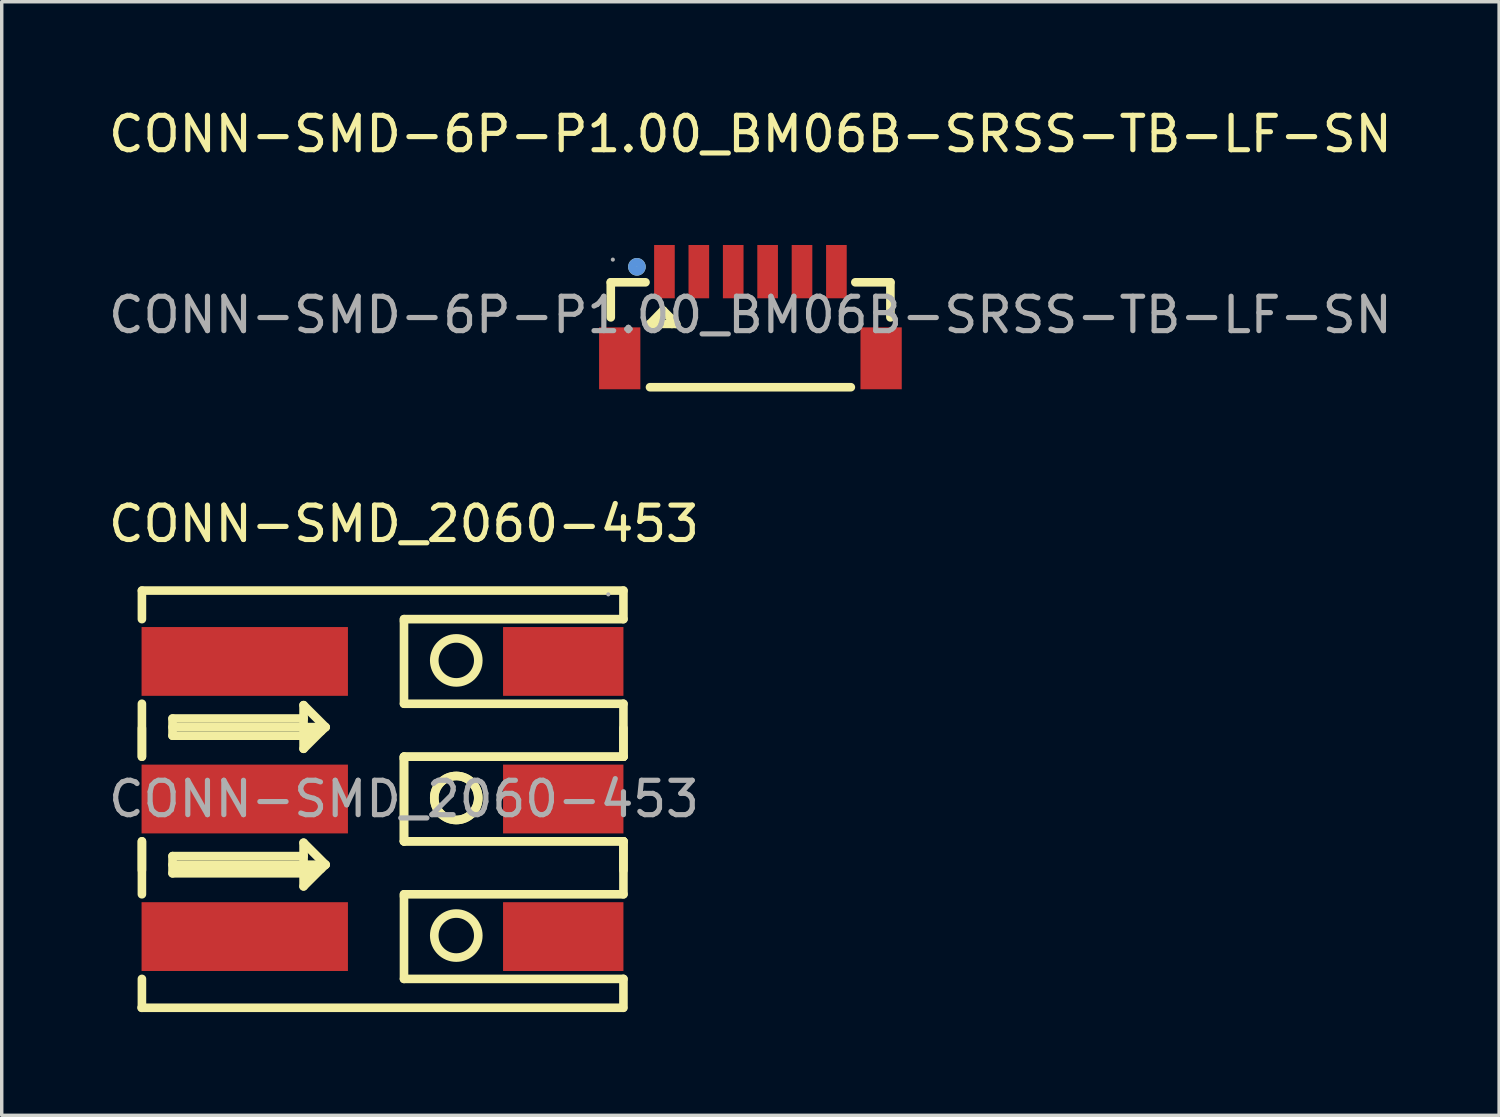
<source format=kicad_pcb>
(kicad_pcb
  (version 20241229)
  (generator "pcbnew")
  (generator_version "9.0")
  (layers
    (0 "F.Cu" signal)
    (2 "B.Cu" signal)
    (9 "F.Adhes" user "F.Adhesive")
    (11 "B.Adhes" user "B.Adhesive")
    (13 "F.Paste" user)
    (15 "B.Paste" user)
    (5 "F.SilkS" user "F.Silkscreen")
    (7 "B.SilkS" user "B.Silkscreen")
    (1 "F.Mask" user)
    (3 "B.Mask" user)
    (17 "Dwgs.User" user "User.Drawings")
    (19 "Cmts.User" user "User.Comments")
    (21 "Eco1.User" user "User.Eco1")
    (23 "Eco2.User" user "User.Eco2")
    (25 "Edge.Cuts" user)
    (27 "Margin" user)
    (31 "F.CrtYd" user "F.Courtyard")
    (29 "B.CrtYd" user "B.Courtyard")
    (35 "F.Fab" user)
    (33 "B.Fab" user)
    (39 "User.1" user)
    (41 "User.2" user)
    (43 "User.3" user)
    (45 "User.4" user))
  (footprint "CONN-SMD_2060-453"
    (layer "F.Cu")
    (at 8.696 20.181)
    (property "Reference" "CONN-SMD_2060-453" (at 0 -8 0) (layer "F.SilkS") (effects (font (size 1 1) (thickness 0.15))))
    (attr smd)
    (fp_line (start -7.63 6.07) (end 6.37 6.07) (stroke (width 0.25) (type solid)) (layer "F.SilkS"))
    (fp_line (start -7.62 -6.06) (end -7.62 -5.23) (stroke (width 0.25) (type solid)) (layer "F.SilkS"))
    (fp_line (start -7.62 -6.06) (end 6.38 -6.06) (stroke (width 0.25) (type solid)) (layer "F.SilkS"))
    (fp_line (start -7.62 -2.77) (end -7.62 -1.23) (stroke (width 0.25) (type solid)) (layer "F.SilkS"))
    (fp_line (start -7.62 -2.06) (end -7.62 -1.23) (stroke (width 0.25) (type solid)) (layer "F.SilkS"))
    (fp_line (start -7.62 1.23) (end -7.62 2.07) (stroke (width 0.25) (type solid)) (layer "F.SilkS"))
    (fp_line (start -7.62 1.23) (end -7.62 2.77) (stroke (width 0.25) (type solid)) (layer "F.SilkS"))
    (fp_line (start -7.62 5.23) (end -7.62 6.07) (stroke (width 0.25) (type solid)) (layer "F.SilkS"))
    (fp_line (start -6.73 -2.34) (end -6.73 -1.84) (stroke (width 0.25) (type solid)) (layer "F.SilkS"))
    (fp_line (start -6.73 -1.84) (end -2.79 -1.84) (stroke (width 0.25) (type solid)) (layer "F.SilkS"))
    (fp_line (start -6.73 1.66) (end -6.73 2.16) (stroke (width 0.25) (type solid)) (layer "F.SilkS"))
    (fp_line (start -6.73 2.16) (end -2.79 2.16) (stroke (width 0.25) (type solid)) (layer "F.SilkS"))
    (fp_line (start -2.92 -2.73) (end -2.92 -1.46) (stroke (width 0.25) (type solid)) (layer "F.SilkS"))
    (fp_line (start -2.92 -2.34) (end -6.73 -2.34) (stroke (width 0.25) (type solid)) (layer "F.SilkS"))
    (fp_line (start -2.92 -1.46) (end -2.41 -1.97) (stroke (width 0.25) (type solid)) (layer "F.SilkS"))
    (fp_line (start -2.92 1.27) (end -2.92 2.54) (stroke (width 0.25) (type solid)) (layer "F.SilkS"))
    (fp_line (start -2.92 1.66) (end -6.73 1.66) (stroke (width 0.25) (type solid)) (layer "F.SilkS"))
    (fp_line (start -2.92 2.54) (end -2.41 2.03) (stroke (width 0.25) (type solid)) (layer "F.SilkS"))
    (fp_line (start -2.79 -1.84) (end -2.66 -1.97) (stroke (width 0.25) (type solid)) (layer "F.SilkS"))
    (fp_line (start -2.79 2.16) (end -2.66 2.03) (stroke (width 0.25) (type solid)) (layer "F.SilkS"))
    (fp_line (start -2.41 -1.97) (end -2.28 -2.09) (stroke (width 0.25) (type solid)) (layer "F.SilkS"))
    (fp_line (start -2.41 2.03) (end -2.28 1.91) (stroke (width 0.25) (type solid)) (layer "F.SilkS"))
    (fp_line (start -2.28 -2.09) (end -6.73 -2.09) (stroke (width 0.25) (type solid)) (layer "F.SilkS"))
    (fp_line (start -2.28 -2.09) (end -2.92 -2.73) (stroke (width 0.25) (type solid)) (layer "F.SilkS"))
    (fp_line (start -2.28 1.91) (end -6.73 1.91) (stroke (width 0.25) (type solid)) (layer "F.SilkS"))
    (fp_line (start -2.28 1.91) (end -2.92 1.27) (stroke (width 0.25) (type solid)) (layer "F.SilkS"))
    (fp_line (start 0 -5.17) (end 0 -5.23) (stroke (width 0.25) (type solid)) (layer "F.SilkS"))
    (fp_line (start 0 -2.77) (end 0 -5.17) (stroke (width 0.25) (type solid)) (layer "F.SilkS"))
    (fp_line (start 0 -1.17) (end 0 -1.23) (stroke (width 0.25) (type solid)) (layer "F.SilkS"))
    (fp_line (start 0 -1.17) (end 0 -1.23) (stroke (width 0.25) (type solid)) (layer "F.SilkS"))
    (fp_line (start 0 1.23) (end 0 -1.17) (stroke (width 0.25) (type solid)) (layer "F.SilkS"))
    (fp_line (start 0 1.23) (end 0 -1.17) (stroke (width 0.25) (type solid)) (layer "F.SilkS"))
    (fp_line (start 0 2.83) (end 0 2.77) (stroke (width 0.25) (type solid)) (layer "F.SilkS"))
    (fp_line (start 0 5.23) (end 0 2.83) (stroke (width 0.25) (type solid)) (layer "F.SilkS"))
    (fp_line (start 6.38 -6.06) (end 6.38 -5.23) (stroke (width 0.25) (type solid)) (layer "F.SilkS"))
    (fp_line (start 6.38 -5.23) (end 0 -5.23) (stroke (width 0.25) (type solid)) (layer "F.SilkS"))
    (fp_line (start 6.38 -2.77) (end 0 -2.77) (stroke (width 0.25) (type solid)) (layer "F.SilkS"))
    (fp_line (start 6.38 -2.77) (end 6.38 -1.23) (stroke (width 0.25) (type solid)) (layer "F.SilkS"))
    (fp_line (start 6.38 -2.06) (end 6.38 -1.23) (stroke (width 0.25) (type solid)) (layer "F.SilkS"))
    (fp_line (start 6.38 -1.23) (end 0 -1.23) (stroke (width 0.25) (type solid)) (layer "F.SilkS"))
    (fp_line (start 6.38 -1.23) (end 0 -1.23) (stroke (width 0.25) (type solid)) (layer "F.SilkS"))
    (fp_line (start 6.38 1.23) (end 0 1.23) (stroke (width 0.25) (type solid)) (layer "F.SilkS"))
    (fp_line (start 6.38 1.23) (end 0 1.23) (stroke (width 0.25) (type solid)) (layer "F.SilkS"))
    (fp_line (start 6.38 1.23) (end 6.38 2.07) (stroke (width 0.25) (type solid)) (layer "F.SilkS"))
    (fp_line (start 6.38 1.23) (end 6.38 2.77) (stroke (width 0.25) (type solid)) (layer "F.SilkS"))
    (fp_line (start 6.38 2.77) (end 0 2.77) (stroke (width 0.25) (type solid)) (layer "F.SilkS"))
    (fp_line (start 6.38 5.23) (end 0 5.23) (stroke (width 0.25) (type solid)) (layer "F.SilkS"))
    (fp_line (start 6.38 5.23) (end 6.38 6.07) (stroke (width 0.25) (type solid)) (layer "F.SilkS"))
    (fp_circle (center 1.52 -4.03) (end 2.16 -4.03) (stroke (width 0.25) (type solid)) (fill no) (layer "F.SilkS"))
    (fp_circle (center 1.52 -0.03) (end 2.16 -0.03) (stroke (width 0.25) (type solid)) (fill no) (layer "F.SilkS"))
    (fp_circle (center 1.52 -0.03) (end 2.16 -0.03) (stroke (width 0.25) (type solid)) (fill no) (layer "F.SilkS"))
    (fp_circle (center 1.52 3.97) (end 2.16 3.97) (stroke (width 0.25) (type solid)) (fill no) (layer "F.SilkS"))
    (fp_circle (center 5.94 -5.95) (end 5.97 -5.95) (stroke (width 0.06) (type solid)) (fill no) (layer "F.Fab"))
    (fp_text user "${REFERENCE}" (at 0 0 0) (layer "F.Fab") (effects (font (size 1 1) (thickness 0.15))))
    (pad "1" smd rect (at -4.63 -4 90) (size 2 6) (layers "F.Cu" "F.Mask" "F.Paste"))
    (pad "1" smd rect (at 4.63 -4 90) (size 2 3.5) (layers "F.Cu" "F.Mask" "F.Paste"))
    (pad "2" smd rect (at -4.63 0 90) (size 2 6) (layers "F.Cu" "F.Mask" "F.Paste"))
    (pad "2" smd rect (at 4.63 0 90) (size 2 3.5) (layers "F.Cu" "F.Mask" "F.Paste"))
    (pad "3" smd rect (at -4.63 4 90) (size 2 6) (layers "F.Cu" "F.Mask" "F.Paste"))
    (pad "3" smd rect (at 4.63 4 90) (size 2 3.5) (layers "F.Cu" "F.Mask" "F.Paste")))
  (footprint "CONN-SMD-6P-P1.00_BM06B-SRSS-TB-LF-SN"
    (layer "F.Cu")
    (at 18.768 6.108)
    (property "Reference" "CONN-SMD-6P-P1.00_BM06B-SRSS-TB-LF-SN" (at 0 -5.26 0) (layer "F.SilkS") (effects (font (size 1 1) (thickness 0.15))))
    (attr smd)
    (fp_line (start -4.06 -0.95) (end -3.05 -0.95) (stroke (width 0.25) (type solid)) (layer "F.SilkS"))
    (fp_line (start -4.06 0.07) (end -4.06 -0.95) (stroke (width 0.25) (type solid)) (layer "F.SilkS"))
    (fp_line (start -2.92 0.26) (end -2.28 0.26) (stroke (width 0.25) (type solid)) (layer "F.SilkS"))
    (fp_line (start -2.92 2.1) (end 2.92 2.1) (stroke (width 0.25) (type solid)) (layer "F.SilkS"))
    (fp_line (start -2.54 -0.13) (end -2.92 0.26) (stroke (width 0.25) (type solid)) (layer "F.SilkS"))
    (fp_line (start -2.28 0.13) (end -2.54 -0.13) (stroke (width 0.25) (type solid)) (layer "F.SilkS"))
    (fp_line (start -2.28 0.26) (end -2.16 0.26) (stroke (width 0.25) (type solid)) (layer "F.SilkS"))
    (fp_line (start -2.16 0.26) (end -2.28 0.13) (stroke (width 0.25) (type solid)) (layer "F.SilkS"))
    (fp_line (start 3.05 -0.95) (end 4.07 -0.95) (stroke (width 0.25) (type solid)) (layer "F.SilkS"))
    (fp_line (start 4.07 -0.95) (end 4.07 0.07) (stroke (width 0.25) (type solid)) (layer "F.SilkS"))
    (fp_circle (center -3.3 -1.4) (end -3.17 -1.4) (stroke (width 0.25) (type solid)) (fill no) (layer "F.SilkS"))
    (fp_circle (center -3.3 -1.4) (end -3.17 -1.4) (stroke (width 0.25) (type solid)) (fill no) (layer "Cmts.User"))
    (fp_circle (center -4 -1.61) (end -3.97 -1.61) (stroke (width 0.06) (type solid)) (fill no) (layer "F.Fab"))
    (fp_text user "${REFERENCE}" (at 0 0 0) (layer "F.Fab") (effects (font (size 1 1) (thickness 0.15))))
    (pad "1" smd rect (at -2.5 -1.26) (size 0.6 1.55) (layers "F.Cu" "F.Mask" "F.Paste"))
    (pad "2" smd rect (at -1.5 -1.26) (size 0.6 1.55) (layers "F.Cu" "F.Mask" "F.Paste"))
    (pad "3" smd rect (at -0.5 -1.26) (size 0.6 1.55) (layers "F.Cu" "F.Mask" "F.Paste"))
    (pad "4" smd rect (at 0.5 -1.26) (size 0.6 1.55) (layers "F.Cu" "F.Mask" "F.Paste"))
    (pad "5" smd rect (at 1.5 -1.26) (size 0.6 1.55) (layers "F.Cu" "F.Mask" "F.Paste"))
    (pad "6" smd rect (at 2.5 -1.26) (size 0.6 1.55) (layers "F.Cu" "F.Mask" "F.Paste"))
    (pad "7" smd rect (at 3.8 1.26) (size 1.2 1.8) (layers "F.Cu" "F.Mask" "F.Paste"))
    (pad "8" smd rect (at -3.8 1.26) (size 1.2 1.8) (layers "F.Cu" "F.Mask" "F.Paste")))
  (gr_rect
    (start -3 -3)
    (end 40.536 29.377)
    (stroke (width 0.1) (type default))
    (fill no)
    (layer "Edge.Cuts")))
</source>
